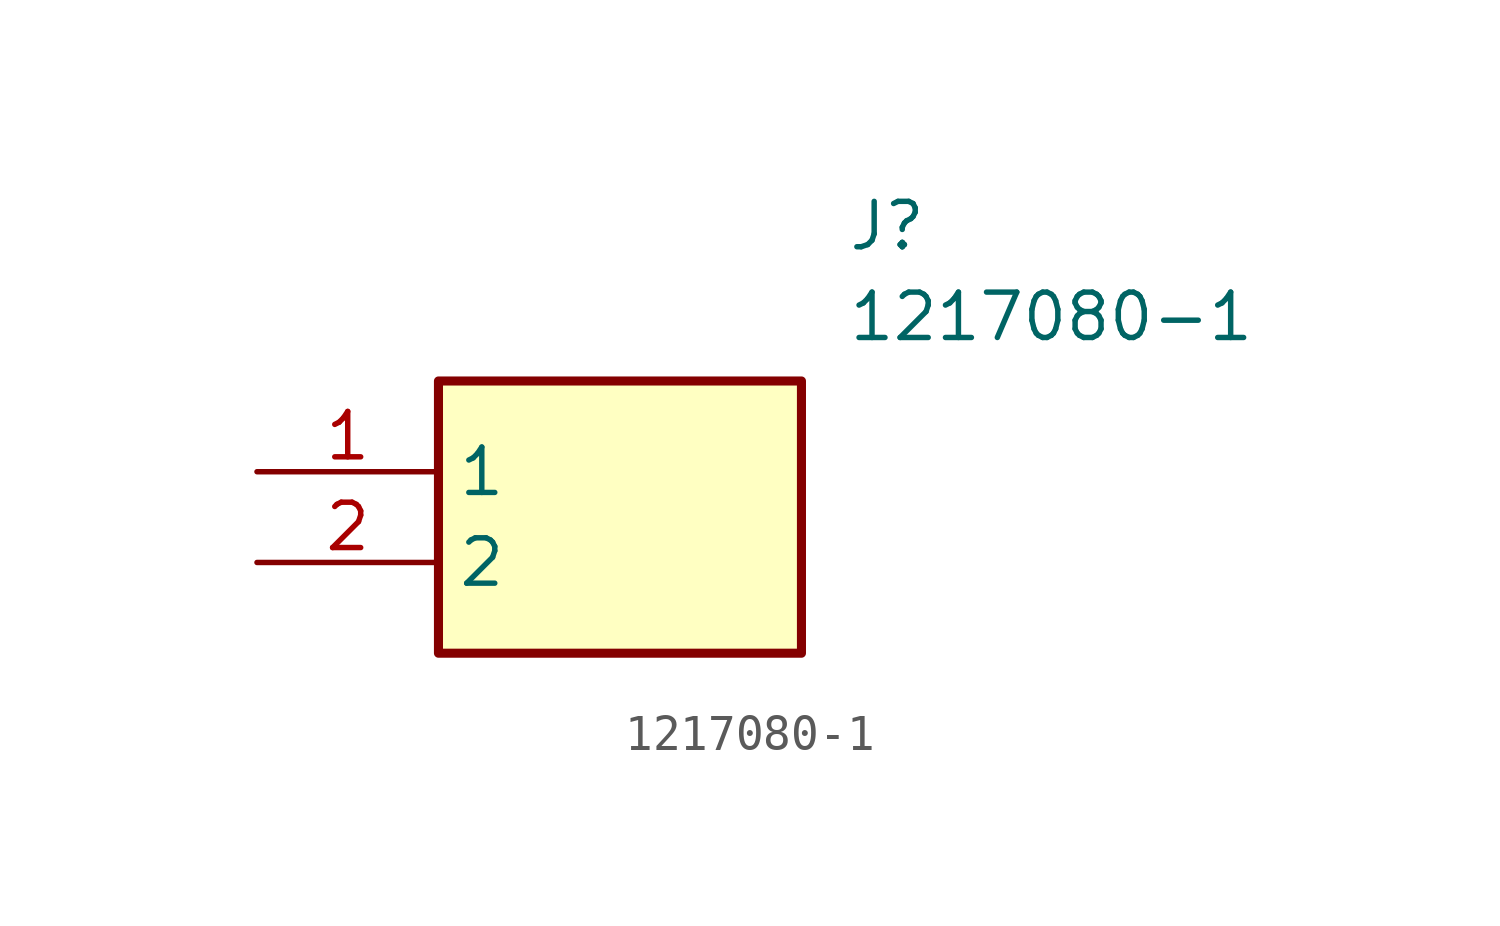
<source format=kicad_sym>
(kicad_symbol_lib
  (version 20211014)
  (generator SamacSys_ECAD_Model)
  (symbol "1217080-1"
    (property "Reference" "J"
      (at 16.51 7.62 0)
      (effects (font (size 1.27 1.27)) (justify left top)))
    (property "Value" "1217080-1"
      (at 16.51 5.08 0)
      (effects (font (size 1.27 1.27)) (justify left top)))
    (rectangle
      (start 5.08 2.54)
      (end 15.24 -5.08)
      (stroke (width 0.254) (type default))
      (fill (type background)))
    (pin passive line
      (at 0 0 0)
      (length 5.08)
      (name "1" (effects (font (size 1.27 1.27))))
      (number "1" (effects (font (size 1.27 1.27)))))
    (pin passive line
      (at 0 -2.54 0)
      (length 5.08)
      (name "2" (effects (font (size 1.27 1.27))))
      (number "2" (effects (font (size 1.27 1.27)))))))
</source>
